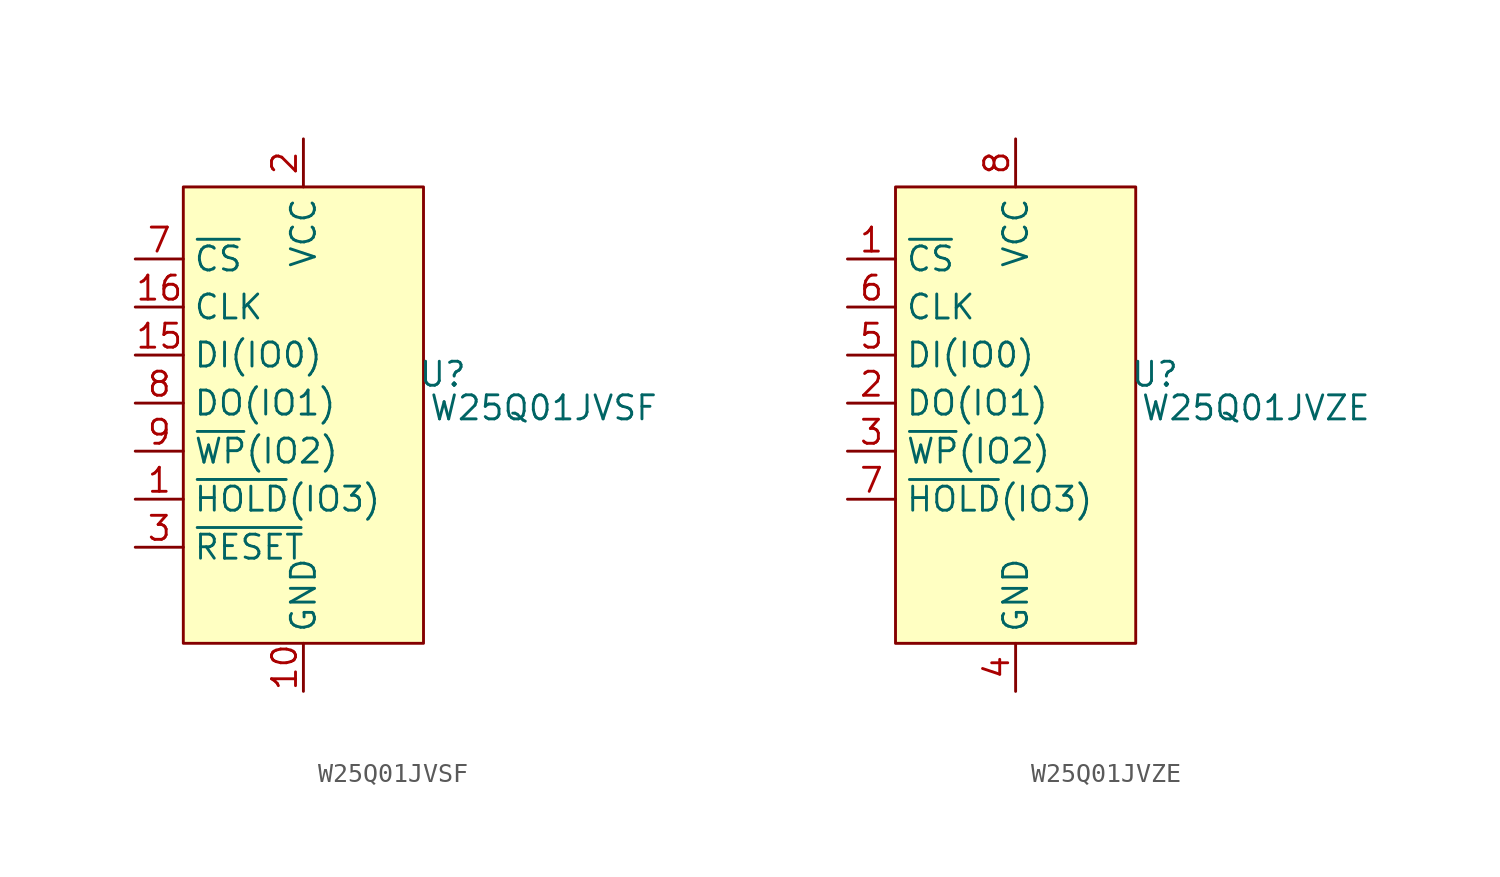
<source format=kicad_sym>
(kicad_symbol_lib
  (version 20231120)
  (generator "kicad_symbol_editor")
  (generator_version "8.0")
  (symbol "W25Q01JVSF"
    (property "Reference" "U"
      (at 7.366 1.524 0)
      (effects (font (size 1.27 1.27))))
    (property "Value" "W25Q01JVSF"
      (at 12.7 -0.254 0)
      (effects (font (size 1.27 1.27))))
    (symbol "W25Q01JVSF_1_0"
      (pin no_connect line (at 8.89 -2.54 180) (length 2.54) hide (name "" (effects (font (size 1.27 1.27)))) (number "11" (effects (font (size 1.27 1.27)))))
      (pin no_connect line (at 8.89 -5.08 180) (length 2.54) hide (name "" (effects (font (size 1.27 1.27)))) (number "12" (effects (font (size 1.27 1.27)))))
      (pin no_connect line (at 8.89 -7.62 180) (length 2.54) hide (name "" (effects (font (size 1.27 1.27)))) (number "13" (effects (font (size 1.27 1.27)))))
      (pin no_connect line (at 8.89 -10.16 180) (length 2.54) hide (name "" (effects (font (size 1.27 1.27)))) (number "14" (effects (font (size 1.27 1.27)))))
      (pin no_connect line (at 8.89 7.62 180) (length 2.54) hide (name "" (effects (font (size 1.27 1.27)))) (number "4" (effects (font (size 1.27 1.27)))))
      (pin no_connect line (at 8.89 5.08 180) (length 2.54) hide (name "" (effects (font (size 1.27 1.27)))) (number "5" (effects (font (size 1.27 1.27)))))
      (pin no_connect line (at 8.89 2.54 180) (length 2.54) hide (name "" (effects (font (size 1.27 1.27)))) (number "6" (effects (font (size 1.27 1.27))))))
    (symbol "W25Q01JVSF_1_1"
      (rectangle (start -6.35 11.43) (end 6.35 -12.7) (stroke (width 0) (type default)) (fill (type background)))
      (pin passive line (at -8.89 -5.08 0) (length 2.54) (name "~{HOLD}(IO3)" (effects (font (size 1.27 1.27)))) (number "1" (effects (font (size 1.27 1.27)))))
      (pin power_in line (at 0 -15.24 90) (length 2.54) (name "GND" (effects (font (size 1.27 1.27)))) (number "10" (effects (font (size 1.27 1.27)))))
      (pin bidirectional line (at -8.89 2.54 0) (length 2.54) (name "DI(IO0)" (effects (font (size 1.27 1.27)))) (number "15" (effects (font (size 1.27 1.27)))))
      (pin input line (at -8.89 5.08 0) (length 2.54) (name "CLK" (effects (font (size 1.27 1.27)))) (number "16" (effects (font (size 1.27 1.27)))))
      (pin power_in line (at 0 13.97 270) (length 2.54) (name "VCC" (effects (font (size 1.27 1.27)))) (number "2" (effects (font (size 1.27 1.27)))))
      (pin input line (at -8.89 -7.62 0) (length 2.54) (name "~{RESET}" (effects (font (size 1.27 1.27)))) (number "3" (effects (font (size 1.27 1.27)))))
      (pin input line (at -8.89 7.62 0) (length 2.54) (name "~{CS}" (effects (font (size 1.27 1.27)))) (number "7" (effects (font (size 1.27 1.27)))))
      (pin bidirectional line (at -8.89 0 0) (length 2.54) (name "DO(IO1)" (effects (font (size 1.27 1.27)))) (number "8" (effects (font (size 1.27 1.27)))))
      (pin passive line (at -8.89 -2.54 0) (length 2.54) (name "~{WP}(IO2)" (effects (font (size 1.27 1.27)))) (number "9" (effects (font (size 1.27 1.27)))))))
  (symbol "W25Q01JVZE"
    (property "Reference" "U"
      (at 7.366 1.524 0)
      (effects (font (size 1.27 1.27))))
    (property "Value" "W25Q01JVZE"
      (at 12.7 -0.254 0)
      (effects (font (size 1.27 1.27))))
    (symbol "W25Q01JVZE_1_1"
      (rectangle (start -6.35 11.43) (end 6.35 -12.7) (stroke (width 0) (type default)) (fill (type background)))
      (pin input line (at -8.89 7.62 0) (length 2.54) (name "~{CS}" (effects (font (size 1.27 1.27)))) (number "1" (effects (font (size 1.27 1.27)))))
      (pin bidirectional line (at -8.89 0 0) (length 2.54) (name "DO(IO1)" (effects (font (size 1.27 1.27)))) (number "2" (effects (font (size 1.27 1.27)))))
      (pin passive line (at -8.89 -2.54 0) (length 2.54) (name "~{WP}(IO2)" (effects (font (size 1.27 1.27)))) (number "3" (effects (font (size 1.27 1.27)))))
      (pin power_in line (at 0 -15.24 90) (length 2.54) (name "GND" (effects (font (size 1.27 1.27)))) (number "4" (effects (font (size 1.27 1.27)))))
      (pin bidirectional line (at -8.89 2.54 0) (length 2.54) (name "DI(IO0)" (effects (font (size 1.27 1.27)))) (number "5" (effects (font (size 1.27 1.27)))))
      (pin input line (at -8.89 5.08 0) (length 2.54) (name "CLK" (effects (font (size 1.27 1.27)))) (number "6" (effects (font (size 1.27 1.27)))))
      (pin passive line (at -8.89 -5.08 0) (length 2.54) (name "~{HOLD}(IO3)" (effects (font (size 1.27 1.27)))) (number "7" (effects (font (size 1.27 1.27)))))
      (pin power_in line (at 0 13.97 270) (length 2.54) (name "VCC" (effects (font (size 1.27 1.27)))) (number "8" (effects (font (size 1.27 1.27))))))))
</source>
